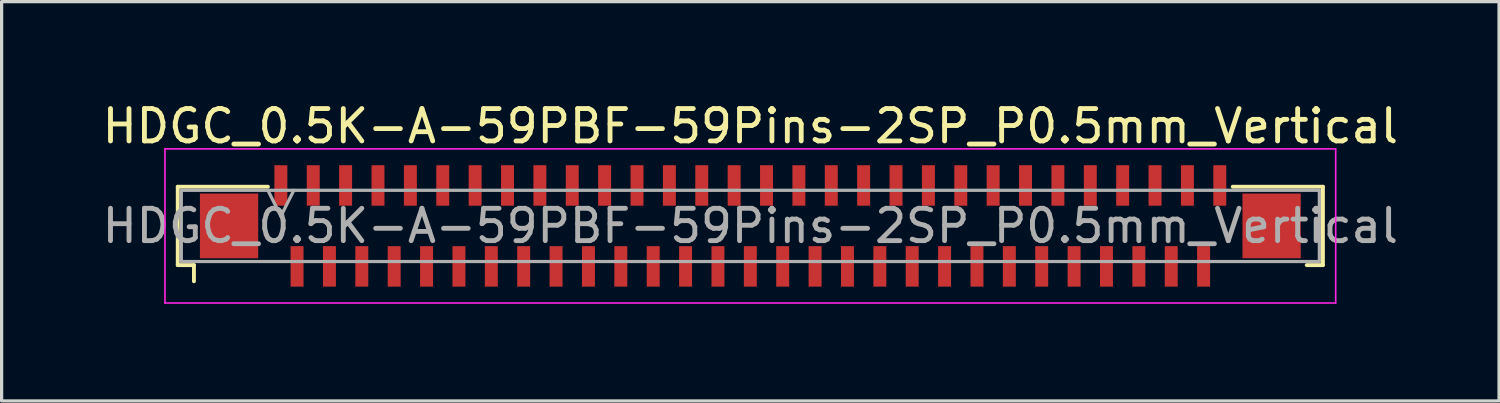
<source format=kicad_pcb>
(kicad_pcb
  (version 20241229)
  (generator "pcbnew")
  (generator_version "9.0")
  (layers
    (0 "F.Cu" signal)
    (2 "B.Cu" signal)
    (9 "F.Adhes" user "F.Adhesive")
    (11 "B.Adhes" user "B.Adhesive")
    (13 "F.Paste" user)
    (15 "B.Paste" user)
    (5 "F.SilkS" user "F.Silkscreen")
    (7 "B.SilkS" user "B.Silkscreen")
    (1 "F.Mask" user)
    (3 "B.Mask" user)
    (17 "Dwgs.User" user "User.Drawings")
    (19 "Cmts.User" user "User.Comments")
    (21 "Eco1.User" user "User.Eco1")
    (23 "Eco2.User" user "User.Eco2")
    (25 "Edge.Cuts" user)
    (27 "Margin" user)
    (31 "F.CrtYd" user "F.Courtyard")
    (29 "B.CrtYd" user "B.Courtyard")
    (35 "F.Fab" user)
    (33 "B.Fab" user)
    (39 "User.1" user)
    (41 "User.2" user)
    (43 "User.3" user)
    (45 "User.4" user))
  (footprint "HDGC_0.5K-A-59PBF-59Pins-2SP_P0.5mm_Vertical"
    (layer "F.Cu")
    (at 20.125 3.928)
    (property "Reference" "HDGC_0.5K-A-59PBF-59Pins-2SP_P0.5mm_Vertical" (at 0 -3.08 0) (layer "F.SilkS") (effects (font (size 1 1) (thickness 0.15))))
    (attr smd)
    (fp_line (start -17.685 -1.21) (end -14.9 -1.21) (stroke (width 0.12) (type solid)) (layer "F.SilkS"))
    (fp_line (start -17.685 1.21) (end -17.685 -1.21) (stroke (width 0.12) (type solid)) (layer "F.SilkS"))
    (fp_line (start -17.185 1.21) (end -17.685 1.21) (stroke (width 0.12) (type solid)) (layer "F.SilkS"))
    (fp_line (start -17.185 1.71) (end -17.185 1.21) (stroke (width 0.12) (type solid)) (layer "F.SilkS"))
    (fp_line (start 17.185 1.21) (end 17.685 1.21) (stroke (width 0.12) (type solid)) (layer "F.SilkS"))
    (fp_line (start 17.685 -1.21) (end 14.9 -1.21) (stroke (width 0.12) (type solid)) (layer "F.SilkS"))
    (fp_line (start 17.685 1.21) (end 17.685 -1.21) (stroke (width 0.12) (type solid)) (layer "F.SilkS"))
    (fp_line (start -18.08 -2.38) (end 18.08 -2.38) (stroke (width 0.05) (type solid)) (layer "F.CrtYd"))
    (fp_line (start -18.08 2.38) (end -18.08 -2.38) (stroke (width 0.05) (type solid)) (layer "F.CrtYd"))
    (fp_line (start 18.08 -2.38) (end 18.08 2.38) (stroke (width 0.05) (type solid)) (layer "F.CrtYd"))
    (fp_line (start 18.08 2.38) (end -18.08 2.38) (stroke (width 0.05) (type solid)) (layer "F.CrtYd"))
    (fp_line (start -17.575 -1.1) (end -17.575 1.1) (stroke (width 0.1) (type solid)) (layer "F.Fab"))
    (fp_line (start -17.575 1.1) (end 17.575 1.1) (stroke (width 0.1) (type solid)) (layer "F.Fab"))
    (fp_line (start -14.9 -1.1) (end -14.5 -0.3) (stroke (width 0.1) (type solid)) (layer "F.Fab"))
    (fp_line (start -14.5 -0.3) (end -14.1 -1.1) (stroke (width 0.1) (type solid)) (layer "F.Fab"))
    (fp_line (start 17.575 -1.1) (end -17.575 -1.1) (stroke (width 0.1) (type solid)) (layer "F.Fab"))
    (fp_line (start 17.575 1.1) (end 17.575 -1.1) (stroke (width 0.1) (type solid)) (layer "F.Fab"))
    (fp_text user "${REFERENCE}" (at 0 0 0) (layer "F.Fab") (effects (font (size 1 1) (thickness 0.15))))
    (pad "1" smd rect (at -14.5 -1.25) (size 0.4 1.25) (layers "F.Cu" "F.Mask" "F.Paste"))
    (pad "2" smd rect (at -14 1.25) (size 0.4 1.25) (layers "F.Cu" "F.Mask" "F.Paste"))
    (pad "3" smd rect (at -13.5 -1.25) (size 0.4 1.25) (layers "F.Cu" "F.Mask" "F.Paste"))
    (pad "4" smd rect (at -13 1.25) (size 0.4 1.25) (layers "F.Cu" "F.Mask" "F.Paste"))
    (pad "5" smd rect (at -12.5 -1.25) (size 0.4 1.25) (layers "F.Cu" "F.Mask" "F.Paste"))
    (pad "6" smd rect (at -12 1.25) (size 0.4 1.25) (layers "F.Cu" "F.Mask" "F.Paste"))
    (pad "7" smd rect (at -11.5 -1.25) (size 0.4 1.25) (layers "F.Cu" "F.Mask" "F.Paste"))
    (pad "8" smd rect (at -11 1.25) (size 0.4 1.25) (layers "F.Cu" "F.Mask" "F.Paste"))
    (pad "9" smd rect (at -10.5 -1.25) (size 0.4 1.25) (layers "F.Cu" "F.Mask" "F.Paste"))
    (pad "10" smd rect (at -10 1.25) (size 0.4 1.25) (layers "F.Cu" "F.Mask" "F.Paste"))
    (pad "11" smd rect (at -9.5 -1.25) (size 0.4 1.25) (layers "F.Cu" "F.Mask" "F.Paste"))
    (pad "12" smd rect (at -9 1.25) (size 0.4 1.25) (layers "F.Cu" "F.Mask" "F.Paste"))
    (pad "13" smd rect (at -8.5 -1.25) (size 0.4 1.25) (layers "F.Cu" "F.Mask" "F.Paste"))
    (pad "14" smd rect (at -8 1.25) (size 0.4 1.25) (layers "F.Cu" "F.Mask" "F.Paste"))
    (pad "15" smd rect (at -7.5 -1.25) (size 0.4 1.25) (layers "F.Cu" "F.Mask" "F.Paste"))
    (pad "16" smd rect (at -7 1.25) (size 0.4 1.25) (layers "F.Cu" "F.Mask" "F.Paste"))
    (pad "17" smd rect (at -6.5 -1.25) (size 0.4 1.25) (layers "F.Cu" "F.Mask" "F.Paste"))
    (pad "18" smd rect (at -6 1.25) (size 0.4 1.25) (layers "F.Cu" "F.Mask" "F.Paste"))
    (pad "19" smd rect (at -5.5 -1.25) (size 0.4 1.25) (layers "F.Cu" "F.Mask" "F.Paste"))
    (pad "20" smd rect (at -5 1.25) (size 0.4 1.25) (layers "F.Cu" "F.Mask" "F.Paste"))
    (pad "21" smd rect (at -4.5 -1.25) (size 0.4 1.25) (layers "F.Cu" "F.Mask" "F.Paste"))
    (pad "22" smd rect (at -4 1.25) (size 0.4 1.25) (layers "F.Cu" "F.Mask" "F.Paste"))
    (pad "23" smd rect (at -3.5 -1.25) (size 0.4 1.25) (layers "F.Cu" "F.Mask" "F.Paste"))
    (pad "24" smd rect (at -3 1.25) (size 0.4 1.25) (layers "F.Cu" "F.Mask" "F.Paste"))
    (pad "25" smd rect (at -2.5 -1.25) (size 0.4 1.25) (layers "F.Cu" "F.Mask" "F.Paste"))
    (pad "26" smd rect (at -2 1.25) (size 0.4 1.25) (layers "F.Cu" "F.Mask" "F.Paste"))
    (pad "27" smd rect (at -1.5 -1.25) (size 0.4 1.25) (layers "F.Cu" "F.Mask" "F.Paste"))
    (pad "28" smd rect (at -1 1.25) (size 0.4 1.25) (layers "F.Cu" "F.Mask" "F.Paste"))
    (pad "29" smd rect (at -0.5 -1.25) (size 0.4 1.25) (layers "F.Cu" "F.Mask" "F.Paste"))
    (pad "30" smd rect (at 0 1.25) (size 0.4 1.25) (layers "F.Cu" "F.Mask" "F.Paste"))
    (pad "31" smd rect (at 0.5 -1.25) (size 0.4 1.25) (layers "F.Cu" "F.Mask" "F.Paste"))
    (pad "32" smd rect (at 1 1.25) (size 0.4 1.25) (layers "F.Cu" "F.Mask" "F.Paste"))
    (pad "33" smd rect (at 1.5 -1.25) (size 0.4 1.25) (layers "F.Cu" "F.Mask" "F.Paste"))
    (pad "34" smd rect (at 2 1.25) (size 0.4 1.25) (layers "F.Cu" "F.Mask" "F.Paste"))
    (pad "35" smd rect (at 2.5 -1.25) (size 0.4 1.25) (layers "F.Cu" "F.Mask" "F.Paste"))
    (pad "36" smd rect (at 3 1.25) (size 0.4 1.25) (layers "F.Cu" "F.Mask" "F.Paste"))
    (pad "37" smd rect (at 3.5 -1.25) (size 0.4 1.25) (layers "F.Cu" "F.Mask" "F.Paste"))
    (pad "38" smd rect (at 4 1.25) (size 0.4 1.25) (layers "F.Cu" "F.Mask" "F.Paste"))
    (pad "39" smd rect (at 4.5 -1.25) (size 0.4 1.25) (layers "F.Cu" "F.Mask" "F.Paste"))
    (pad "40" smd rect (at 5 1.25) (size 0.4 1.25) (layers "F.Cu" "F.Mask" "F.Paste"))
    (pad "41" smd rect (at 5.5 -1.25) (size 0.4 1.25) (layers "F.Cu" "F.Mask" "F.Paste"))
    (pad "42" smd rect (at 6 1.25) (size 0.4 1.25) (layers "F.Cu" "F.Mask" "F.Paste"))
    (pad "43" smd rect (at 6.5 -1.25) (size 0.4 1.25) (layers "F.Cu" "F.Mask" "F.Paste"))
    (pad "44" smd rect (at 7 1.25) (size 0.4 1.25) (layers "F.Cu" "F.Mask" "F.Paste"))
    (pad "45" smd rect (at 7.5 -1.25) (size 0.4 1.25) (layers "F.Cu" "F.Mask" "F.Paste"))
    (pad "46" smd rect (at 8 1.25) (size 0.4 1.25) (layers "F.Cu" "F.Mask" "F.Paste"))
    (pad "47" smd rect (at 8.5 -1.25) (size 0.4 1.25) (layers "F.Cu" "F.Mask" "F.Paste"))
    (pad "48" smd rect (at 9 1.25) (size 0.4 1.25) (layers "F.Cu" "F.Mask" "F.Paste"))
    (pad "49" smd rect (at 9.5 -1.25) (size 0.4 1.25) (layers "F.Cu" "F.Mask" "F.Paste"))
    (pad "50" smd rect (at 10 1.25) (size 0.4 1.25) (layers "F.Cu" "F.Mask" "F.Paste"))
    (pad "51" smd rect (at 10.5 -1.25) (size 0.4 1.25) (layers "F.Cu" "F.Mask" "F.Paste"))
    (pad "52" smd rect (at 11 1.25) (size 0.4 1.25) (layers "F.Cu" "F.Mask" "F.Paste"))
    (pad "53" smd rect (at 11.5 -1.25) (size 0.4 1.25) (layers "F.Cu" "F.Mask" "F.Paste"))
    (pad "54" smd rect (at 12 1.25) (size 0.4 1.25) (layers "F.Cu" "F.Mask" "F.Paste"))
    (pad "55" smd rect (at 12.5 -1.25) (size 0.4 1.25) (layers "F.Cu" "F.Mask" "F.Paste"))
    (pad "56" smd rect (at 13 1.25) (size 0.4 1.25) (layers "F.Cu" "F.Mask" "F.Paste"))
    (pad "57" smd rect (at 13.5 -1.25) (size 0.4 1.25) (layers "F.Cu" "F.Mask" "F.Paste"))
    (pad "58" smd rect (at 14 1.25) (size 0.4 1.25) (layers "F.Cu" "F.Mask" "F.Paste"))
    (pad "59" smd rect (at 14.5 -1.25) (size 0.4 1.25) (layers "F.Cu" "F.Mask" "F.Paste"))
    (pad "MP" smd rect (at -16.1 0) (size 1.8 2) (layers "F.Cu" "F.Mask" "F.Paste"))
    (pad "MP" smd rect (at 16.1 0) (size 1.8 2) (layers "F.Cu" "F.Mask" "F.Paste")))
  (gr_rect
    (start -3 -3)
    (end 43.25 9.333)
    (stroke (width 0.1) (type default))
    (fill no)
    (layer "Edge.Cuts")))
</source>
